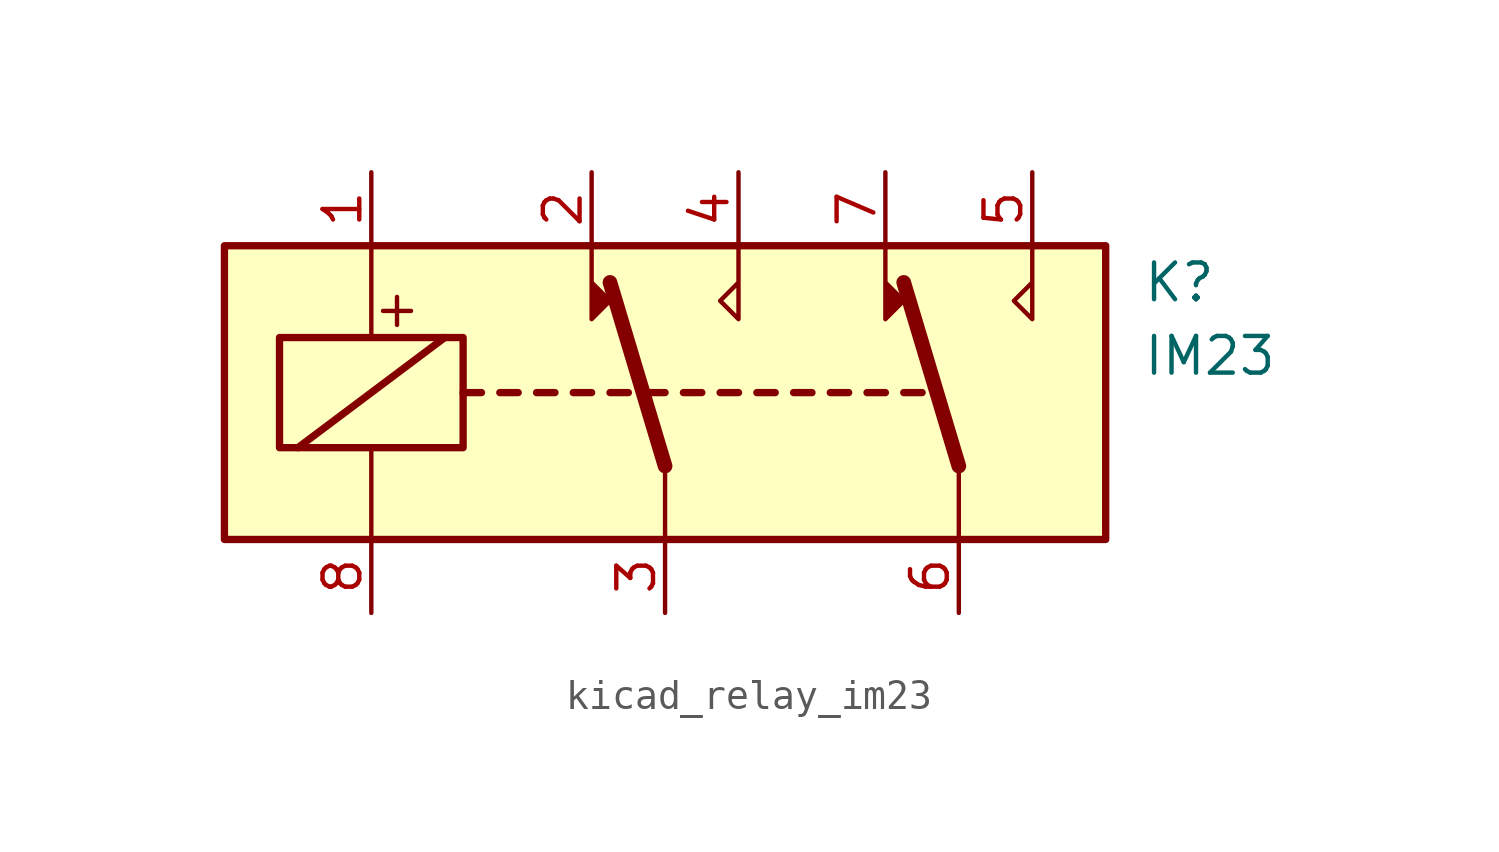
<source format=kicad_sym>
(kicad_symbol_lib
  (version 20220914)
  (generator kicad_symbol_editor)
  (symbol "kicad_relay_im23"
    (property "Reference" "K"
      (at 16.51 3.81 0)
      (effects (font (size 1.27 1.27)) (justify left)))
    (property "Value" "IM23"
      (at 16.51 1.27 0)
      (effects (font (size 1.27 1.27)) (justify left)))
    (symbol "kicad_relay_im23_0_0"
      (text "+" (at -9.271 2.921 0) (effects (font (size 1.27 1.27)))))
    (symbol "kicad_relay_im23_0_1"
      (rectangle (start -15.24 5.08) (end 15.24 -5.08) (stroke (width 0.254) (type default)) (fill (type background)))
      (rectangle (start -13.335 1.905) (end -6.985 -1.905) (stroke (width 0.254) (type default)) (fill (type none)))
      (polyline (pts (xy -12.7 -1.905) (xy -7.62 1.905)) (stroke (width 0.254) (type default)) (fill (type none)))
      (polyline (pts (xy -10.16 -5.08) (xy -10.16 -1.905)) (stroke (width 0) (type default)) (fill (type none)))
      (polyline (pts (xy -10.16 5.08) (xy -10.16 1.905)) (stroke (width 0) (type default)) (fill (type none)))
      (polyline (pts (xy -6.985 0) (xy -6.35 0)) (stroke (width 0.254) (type default)) (fill (type none)))
      (polyline (pts (xy -5.715 0) (xy -5.08 0)) (stroke (width 0.254) (type default)) (fill (type none)))
      (polyline (pts (xy -4.445 0) (xy -3.81 0)) (stroke (width 0.254) (type default)) (fill (type none)))
      (polyline (pts (xy -3.175 0) (xy -2.54 0)) (stroke (width 0.254) (type default)) (fill (type none)))
      (polyline (pts (xy -1.905 0) (xy -1.27 0)) (stroke (width 0.254) (type default)) (fill (type none)))
      (polyline (pts (xy -0.635 0) (xy 0 0)) (stroke (width 0.254) (type default)) (fill (type none)))
      (polyline (pts (xy 0 -2.54) (xy -1.905 3.81)) (stroke (width 0.508) (type default)) (fill (type none)))
      (polyline (pts (xy 0 -2.54) (xy 0 -5.08)) (stroke (width 0) (type default)) (fill (type none)))
      (polyline (pts (xy 0.635 0) (xy 1.27 0)) (stroke (width 0.254) (type default)) (fill (type none)))
      (polyline (pts (xy 1.905 0) (xy 2.54 0)) (stroke (width 0.254) (type default)) (fill (type none)))
      (polyline (pts (xy 3.175 0) (xy 3.81 0)) (stroke (width 0.254) (type default)) (fill (type none)))
      (polyline (pts (xy 4.445 0) (xy 5.08 0)) (stroke (width 0.254) (type default)) (fill (type none)))
      (polyline (pts (xy 5.715 0) (xy 6.35 0)) (stroke (width 0.254) (type default)) (fill (type none)))
      (polyline (pts (xy 6.985 0) (xy 7.62 0)) (stroke (width 0.254) (type default)) (fill (type none)))
      (polyline (pts (xy 8.255 0) (xy 8.89 0)) (stroke (width 0.254) (type default)) (fill (type none)))
      (polyline (pts (xy 10.16 -2.54) (xy 8.255 3.81)) (stroke (width 0.508) (type default)) (fill (type none)))
      (polyline (pts (xy 10.16 -2.54) (xy 10.16 -5.08)) (stroke (width 0) (type default)) (fill (type none)))
      (polyline (pts (xy -2.54 5.08) (xy -2.54 2.54) (xy -1.905 3.175) (xy -2.54 3.81)) (stroke (width 0) (type default)) (fill (type outline)))
      (polyline (pts (xy 2.54 5.08) (xy 2.54 2.54) (xy 1.905 3.175) (xy 2.54 3.81)) (stroke (width 0) (type default)) (fill (type none)))
      (polyline (pts (xy 7.62 5.08) (xy 7.62 2.54) (xy 8.255 3.175) (xy 7.62 3.81)) (stroke (width 0) (type default)) (fill (type outline)))
      (polyline (pts (xy 12.7 5.08) (xy 12.7 2.54) (xy 12.065 3.175) (xy 12.7 3.81)) (stroke (width 0) (type default)) (fill (type none))))
    (symbol "kicad_relay_im23_1_1"
      (pin passive line (at -10.16 7.62 270) (length 2.54) (name "~" (effects (font (size 1.27 1.27)))) (number "1" (effects (font (size 1.27 1.27)))))
      (pin passive line (at -2.54 7.62 270) (length 2.54) (name "~" (effects (font (size 1.27 1.27)))) (number "2" (effects (font (size 1.27 1.27)))))
      (pin passive line (at 0 -7.62 90) (length 2.54) (name "~" (effects (font (size 1.27 1.27)))) (number "3" (effects (font (size 1.27 1.27)))))
      (pin passive line (at 2.54 7.62 270) (length 2.54) (name "~" (effects (font (size 1.27 1.27)))) (number "4" (effects (font (size 1.27 1.27)))))
      (pin passive line (at 12.7 7.62 270) (length 2.54) (name "~" (effects (font (size 1.27 1.27)))) (number "5" (effects (font (size 1.27 1.27)))))
      (pin passive line (at 10.16 -7.62 90) (length 2.54) (name "~" (effects (font (size 1.27 1.27)))) (number "6" (effects (font (size 1.27 1.27)))))
      (pin passive line (at 7.62 7.62 270) (length 2.54) (name "~" (effects (font (size 1.27 1.27)))) (number "7" (effects (font (size 1.27 1.27)))))
      (pin passive line (at -10.16 -7.62 90) (length 2.54) (name "~" (effects (font (size 1.27 1.27)))) (number "8" (effects (font (size 1.27 1.27))))))))
</source>
